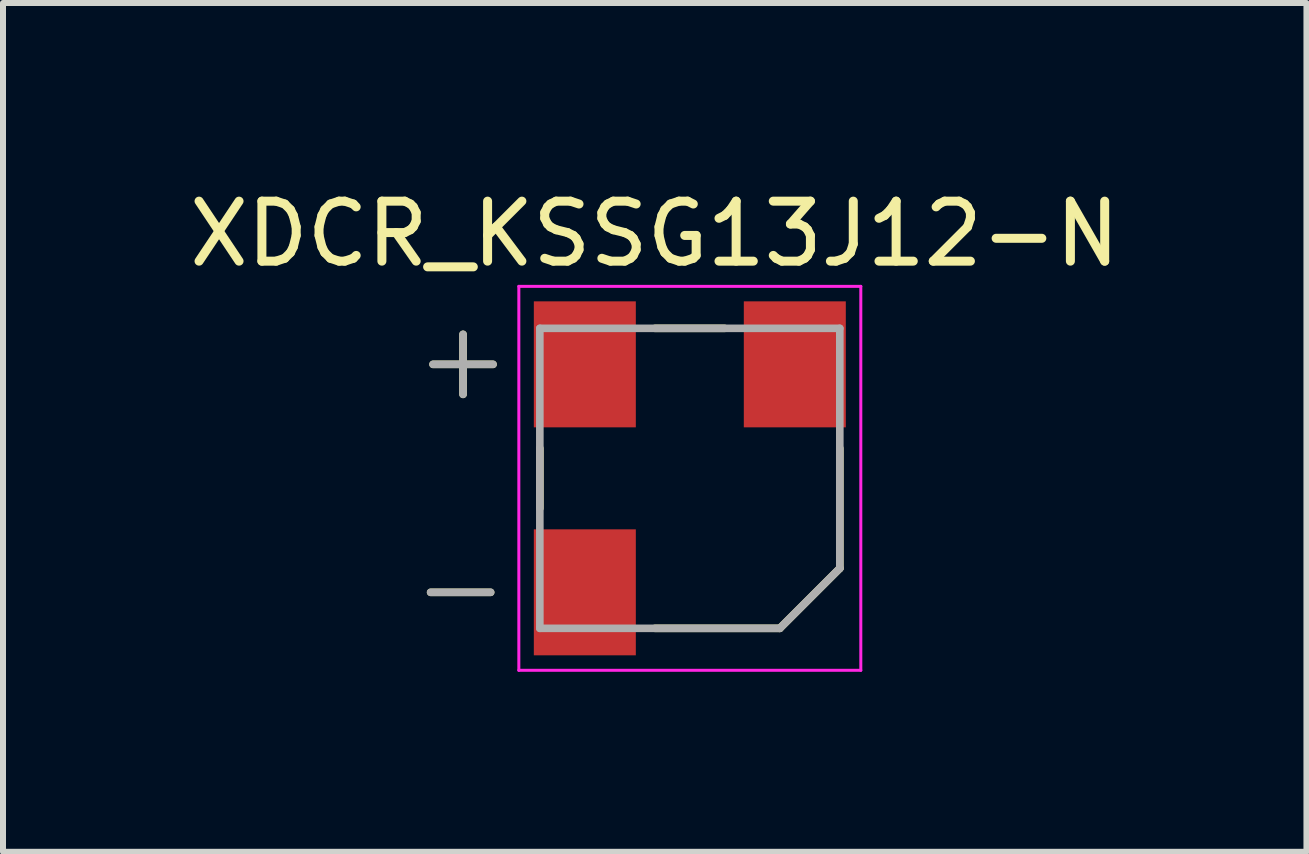
<source format=kicad_pcb>
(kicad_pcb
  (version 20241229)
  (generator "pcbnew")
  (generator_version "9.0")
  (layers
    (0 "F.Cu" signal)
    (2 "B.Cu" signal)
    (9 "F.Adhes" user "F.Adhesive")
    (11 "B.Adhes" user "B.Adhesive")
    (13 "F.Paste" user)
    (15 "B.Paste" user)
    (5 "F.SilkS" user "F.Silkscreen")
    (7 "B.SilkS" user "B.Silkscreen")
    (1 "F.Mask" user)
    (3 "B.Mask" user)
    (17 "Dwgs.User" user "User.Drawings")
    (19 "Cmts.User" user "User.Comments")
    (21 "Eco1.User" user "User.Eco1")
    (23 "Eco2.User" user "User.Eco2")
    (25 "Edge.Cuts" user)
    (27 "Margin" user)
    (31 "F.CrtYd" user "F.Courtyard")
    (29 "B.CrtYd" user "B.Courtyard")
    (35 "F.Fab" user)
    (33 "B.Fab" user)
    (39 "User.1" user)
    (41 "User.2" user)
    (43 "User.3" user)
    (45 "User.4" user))
  (footprint "XDCR_KSSG13J12-N"
    (layer "F.Cu")
    (at 8.448 4.923)
    (property "Reference" "XDCR_KSSG13J12-N" (at -0.585 -4.075 0) (layer "F.SilkS") (effects (font (size 1 1) (thickness 0.15))))
    (attr through_hole)
    (fp_line (start -4.32 1.9) (end -3.32 1.9) (stroke (width 0.127) (type solid)) (layer "F.SilkS"))
    (fp_line (start -4.28 -1.9) (end -3.28 -1.9) (stroke (width 0.127) (type solid)) (layer "F.SilkS"))
    (fp_line (start -3.78 -2.4) (end -3.78 -1.4) (stroke (width 0.127) (type solid)) (layer "F.SilkS"))
    (fp_line (start -2.5 0.5) (end -2.5 -0.5) (stroke (width 0.127) (type solid)) (layer "F.SilkS"))
    (fp_line (start 0.58 -2.5) (end -0.58 -2.5) (stroke (width 0.127) (type solid)) (layer "F.SilkS"))
    (fp_line (start 1.5 2.5) (end -0.58 2.5) (stroke (width 0.127) (type solid)) (layer "F.SilkS"))
    (fp_line (start 2.5 -0.5) (end 2.5 1.5) (stroke (width 0.127) (type solid)) (layer "F.SilkS"))
    (fp_line (start 2.5 1.5) (end 1.5 2.5) (stroke (width 0.127) (type solid)) (layer "F.SilkS"))
    (fp_line (start -2.85 -3.2) (end -2.85 3.2) (stroke (width 0.05) (type solid)) (layer "F.CrtYd"))
    (fp_line (start -2.85 3.2) (end 2.85 3.2) (stroke (width 0.05) (type solid)) (layer "F.CrtYd"))
    (fp_line (start 2.85 -3.2) (end -2.85 -3.2) (stroke (width 0.05) (type solid)) (layer "F.CrtYd"))
    (fp_line (start 2.85 3.2) (end 2.85 -3.2) (stroke (width 0.05) (type solid)) (layer "F.CrtYd"))
    (fp_line (start -4.32 1.9) (end -3.32 1.9) (stroke (width 0.127) (type solid)) (layer "F.Fab"))
    (fp_line (start -4.28 -1.9) (end -3.28 -1.9) (stroke (width 0.127) (type solid)) (layer "F.Fab"))
    (fp_line (start -3.78 -2.4) (end -3.78 -1.4) (stroke (width 0.127) (type solid)) (layer "F.Fab"))
    (fp_line (start -2.5 -2.5) (end 2.5 -2.5) (stroke (width 0.127) (type solid)) (layer "F.Fab"))
    (fp_line (start -2.5 2.5) (end -2.5 -2.5) (stroke (width 0.127) (type solid)) (layer "F.Fab"))
    (fp_line (start 1.5 2.5) (end -2.5 2.5) (stroke (width 0.127) (type solid)) (layer "F.Fab"))
    (fp_line (start 2.5 -2.5) (end 2.5 1.5) (stroke (width 0.127) (type solid)) (layer "F.Fab"))
    (fp_line (start 2.5 1.5) (end 1.5 2.5) (stroke (width 0.127) (type solid)) (layer "F.Fab"))
    (pad "N" smd rect (at -1.75 1.9) (size 1.7 2.1) (layers "F.Cu" "F.Mask" "F.Paste"))
    (pad "NC" smd rect (at 1.75 -1.9) (size 1.7 2.1) (layers "F.Cu" "F.Mask" "F.Paste"))
    (pad "P" smd rect (at -1.75 -1.9) (size 1.7 2.1) (layers "F.Cu" "F.Mask" "F.Paste")))
  (gr_rect
    (start -3 -3)
    (end 18.726 11.148)
    (stroke (width 0.1) (type default))
    (fill no)
    (layer "Edge.Cuts")))
</source>
